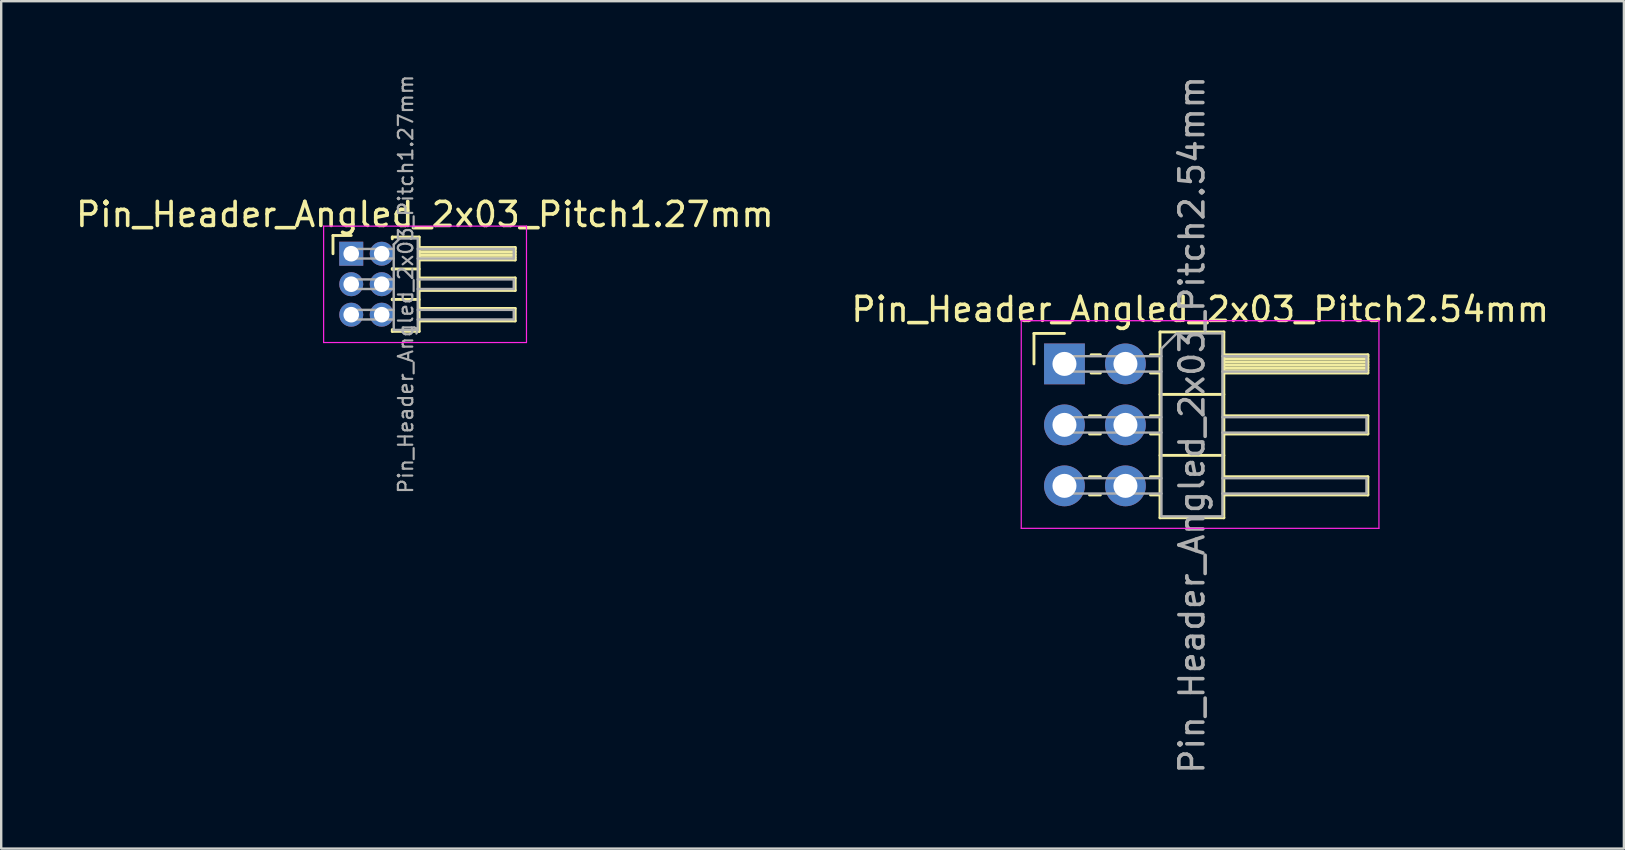
<source format=kicad_pcb>
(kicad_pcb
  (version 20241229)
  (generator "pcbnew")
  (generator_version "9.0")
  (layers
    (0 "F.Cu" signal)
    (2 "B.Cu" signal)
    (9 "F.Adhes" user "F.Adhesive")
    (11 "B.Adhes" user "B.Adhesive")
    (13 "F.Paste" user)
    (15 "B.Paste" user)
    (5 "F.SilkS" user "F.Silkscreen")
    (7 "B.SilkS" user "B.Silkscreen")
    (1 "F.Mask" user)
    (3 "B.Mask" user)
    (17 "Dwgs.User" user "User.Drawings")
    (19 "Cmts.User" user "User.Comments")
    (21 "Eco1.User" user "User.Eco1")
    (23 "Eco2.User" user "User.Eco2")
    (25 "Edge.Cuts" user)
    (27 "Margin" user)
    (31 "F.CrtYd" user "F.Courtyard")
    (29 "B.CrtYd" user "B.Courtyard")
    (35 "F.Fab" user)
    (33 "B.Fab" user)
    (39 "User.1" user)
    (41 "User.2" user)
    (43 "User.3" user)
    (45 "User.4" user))
  (footprint "Pin_Header_Angled_2x03_Pitch2.54mm"
    (layer "F.Cu")
    (at 41.291 12.109)
    (property "Reference" "Pin_Header_Angled_2x03_Pitch2.54mm" (at 5.655 -2.27 0) (layer "F.SilkS") (effects (font (size 1 1) (thickness 0.15))))
    (attr through_hole)
    (fp_line (start -1.27 -1.27) (end 0 -1.27) (stroke (width 0.12) (type solid)) (layer "F.SilkS"))
    (fp_line (start -1.27 0) (end -1.27 -1.27) (stroke (width 0.12) (type solid)) (layer "F.SilkS"))
    (fp_line (start 1.043 2.16) (end 1.497 2.16) (stroke (width 0.12) (type solid)) (layer "F.SilkS"))
    (fp_line (start 1.043 2.92) (end 1.497 2.92) (stroke (width 0.12) (type solid)) (layer "F.SilkS"))
    (fp_line (start 1.043 4.7) (end 1.497 4.7) (stroke (width 0.12) (type solid)) (layer "F.SilkS"))
    (fp_line (start 1.043 5.46) (end 1.497 5.46) (stroke (width 0.12) (type solid)) (layer "F.SilkS"))
    (fp_line (start 1.11 -0.38) (end 1.497 -0.38) (stroke (width 0.12) (type solid)) (layer "F.SilkS"))
    (fp_line (start 1.11 0.38) (end 1.497 0.38) (stroke (width 0.12) (type solid)) (layer "F.SilkS"))
    (fp_line (start 3.583 -0.38) (end 3.98 -0.38) (stroke (width 0.12) (type solid)) (layer "F.SilkS"))
    (fp_line (start 3.583 0.38) (end 3.98 0.38) (stroke (width 0.12) (type solid)) (layer "F.SilkS"))
    (fp_line (start 3.583 2.16) (end 3.98 2.16) (stroke (width 0.12) (type solid)) (layer "F.SilkS"))
    (fp_line (start 3.583 2.92) (end 3.98 2.92) (stroke (width 0.12) (type solid)) (layer "F.SilkS"))
    (fp_line (start 3.583 4.7) (end 3.98 4.7) (stroke (width 0.12) (type solid)) (layer "F.SilkS"))
    (fp_line (start 3.583 5.46) (end 3.98 5.46) (stroke (width 0.12) (type solid)) (layer "F.SilkS"))
    (fp_line (start 3.98 -1.33) (end 3.98 6.41) (stroke (width 0.12) (type solid)) (layer "F.SilkS"))
    (fp_line (start 3.98 1.27) (end 6.64 1.27) (stroke (width 0.12) (type solid)) (layer "F.SilkS"))
    (fp_line (start 3.98 3.81) (end 6.64 3.81) (stroke (width 0.12) (type solid)) (layer "F.SilkS"))
    (fp_line (start 3.98 6.41) (end 6.64 6.41) (stroke (width 0.12) (type solid)) (layer "F.SilkS"))
    (fp_line (start 6.64 -1.33) (end 3.98 -1.33) (stroke (width 0.12) (type solid)) (layer "F.SilkS"))
    (fp_line (start 6.64 -0.38) (end 12.64 -0.38) (stroke (width 0.12) (type solid)) (layer "F.SilkS"))
    (fp_line (start 6.64 -0.32) (end 12.64 -0.32) (stroke (width 0.12) (type solid)) (layer "F.SilkS"))
    (fp_line (start 6.64 -0.2) (end 12.64 -0.2) (stroke (width 0.12) (type solid)) (layer "F.SilkS"))
    (fp_line (start 6.64 -0.08) (end 12.64 -0.08) (stroke (width 0.12) (type solid)) (layer "F.SilkS"))
    (fp_line (start 6.64 0.04) (end 12.64 0.04) (stroke (width 0.12) (type solid)) (layer "F.SilkS"))
    (fp_line (start 6.64 0.16) (end 12.64 0.16) (stroke (width 0.12) (type solid)) (layer "F.SilkS"))
    (fp_line (start 6.64 0.28) (end 12.64 0.28) (stroke (width 0.12) (type solid)) (layer "F.SilkS"))
    (fp_line (start 6.64 2.16) (end 12.64 2.16) (stroke (width 0.12) (type solid)) (layer "F.SilkS"))
    (fp_line (start 6.64 4.7) (end 12.64 4.7) (stroke (width 0.12) (type solid)) (layer "F.SilkS"))
    (fp_line (start 6.64 6.41) (end 6.64 -1.33) (stroke (width 0.12) (type solid)) (layer "F.SilkS"))
    (fp_line (start 12.64 -0.38) (end 12.64 0.38) (stroke (width 0.12) (type solid)) (layer "F.SilkS"))
    (fp_line (start 12.64 0.38) (end 6.64 0.38) (stroke (width 0.12) (type solid)) (layer "F.SilkS"))
    (fp_line (start 12.64 2.16) (end 12.64 2.92) (stroke (width 0.12) (type solid)) (layer "F.SilkS"))
    (fp_line (start 12.64 2.92) (end 6.64 2.92) (stroke (width 0.12) (type solid)) (layer "F.SilkS"))
    (fp_line (start 12.64 4.7) (end 12.64 5.46) (stroke (width 0.12) (type solid)) (layer "F.SilkS"))
    (fp_line (start 12.64 5.46) (end 6.64 5.46) (stroke (width 0.12) (type solid)) (layer "F.SilkS"))
    (fp_line (start -1.8 -1.8) (end -1.8 6.85) (stroke (width 0.05) (type solid)) (layer "F.CrtYd"))
    (fp_line (start -1.8 6.85) (end 13.1 6.85) (stroke (width 0.05) (type solid)) (layer "F.CrtYd"))
    (fp_line (start 13.1 -1.8) (end -1.8 -1.8) (stroke (width 0.05) (type solid)) (layer "F.CrtYd"))
    (fp_line (start 13.1 6.85) (end 13.1 -1.8) (stroke (width 0.05) (type solid)) (layer "F.CrtYd"))
    (fp_line (start -0.32 -0.32) (end -0.32 0.32) (stroke (width 0.1) (type solid)) (layer "F.Fab"))
    (fp_line (start -0.32 -0.32) (end 4.04 -0.32) (stroke (width 0.1) (type solid)) (layer "F.Fab"))
    (fp_line (start -0.32 0.32) (end 4.04 0.32) (stroke (width 0.1) (type solid)) (layer "F.Fab"))
    (fp_line (start -0.32 2.22) (end -0.32 2.86) (stroke (width 0.1) (type solid)) (layer "F.Fab"))
    (fp_line (start -0.32 2.22) (end 4.04 2.22) (stroke (width 0.1) (type solid)) (layer "F.Fab"))
    (fp_line (start -0.32 2.86) (end 4.04 2.86) (stroke (width 0.1) (type solid)) (layer "F.Fab"))
    (fp_line (start -0.32 4.76) (end -0.32 5.4) (stroke (width 0.1) (type solid)) (layer "F.Fab"))
    (fp_line (start -0.32 4.76) (end 4.04 4.76) (stroke (width 0.1) (type solid)) (layer "F.Fab"))
    (fp_line (start -0.32 5.4) (end 4.04 5.4) (stroke (width 0.1) (type solid)) (layer "F.Fab"))
    (fp_line (start 4.04 -0.635) (end 4.675 -1.27) (stroke (width 0.1) (type solid)) (layer "F.Fab"))
    (fp_line (start 4.04 6.35) (end 4.04 -0.635) (stroke (width 0.1) (type solid)) (layer "F.Fab"))
    (fp_line (start 4.675 -1.27) (end 6.58 -1.27) (stroke (width 0.1) (type solid)) (layer "F.Fab"))
    (fp_line (start 6.58 -1.27) (end 6.58 6.35) (stroke (width 0.1) (type solid)) (layer "F.Fab"))
    (fp_line (start 6.58 -0.32) (end 12.58 -0.32) (stroke (width 0.1) (type solid)) (layer "F.Fab"))
    (fp_line (start 6.58 0.32) (end 12.58 0.32) (stroke (width 0.1) (type solid)) (layer "F.Fab"))
    (fp_line (start 6.58 2.22) (end 12.58 2.22) (stroke (width 0.1) (type solid)) (layer "F.Fab"))
    (fp_line (start 6.58 2.86) (end 12.58 2.86) (stroke (width 0.1) (type solid)) (layer "F.Fab"))
    (fp_line (start 6.58 4.76) (end 12.58 4.76) (stroke (width 0.1) (type solid)) (layer "F.Fab"))
    (fp_line (start 6.58 5.4) (end 12.58 5.4) (stroke (width 0.1) (type solid)) (layer "F.Fab"))
    (fp_line (start 6.58 6.35) (end 4.04 6.35) (stroke (width 0.1) (type solid)) (layer "F.Fab"))
    (fp_line (start 12.58 -0.32) (end 12.58 0.32) (stroke (width 0.1) (type solid)) (layer "F.Fab"))
    (fp_line (start 12.58 2.22) (end 12.58 2.86) (stroke (width 0.1) (type solid)) (layer "F.Fab"))
    (fp_line (start 12.58 4.76) (end 12.58 5.4) (stroke (width 0.1) (type solid)) (layer "F.Fab"))
    (fp_text user "${REFERENCE}" (at 5.31 2.54 90) (layer "F.Fab") (effects (font (size 1 1) (thickness 0.15))))
    (pad "1" thru_hole rect (at 0 0) (size 1.7 1.7) (drill 1) (layers "*.Cu" "*.Mask"))
    (pad "2" thru_hole oval (at 2.54 0) (size 1.7 1.7) (drill 1) (layers "*.Cu" "*.Mask"))
    (pad "3" thru_hole oval (at 0 2.54) (size 1.7 1.7) (drill 1) (layers "*.Cu" "*.Mask"))
    (pad "4" thru_hole oval (at 2.54 2.54) (size 1.7 1.7) (drill 1) (layers "*.Cu" "*.Mask"))
    (pad "5" thru_hole oval (at 0 5.08) (size 1.7 1.7) (drill 1) (layers "*.Cu" "*.Mask"))
    (pad "6" thru_hole oval (at 2.54 5.08) (size 1.7 1.7) (drill 1) (layers "*.Cu" "*.Mask")))
  (footprint "Pin_Header_Angled_2x03_Pitch1.27mm"
    (layer "F.Cu")
    (at 11.581 7.519)
    (property "Reference" "Pin_Header_Angled_2x03_Pitch1.27mm" (at 3.067 -1.635 0) (layer "F.SilkS") (effects (font (size 1 1) (thickness 0.15))))
    (attr through_hole)
    (fp_line (start -0.76 -0.76) (end 0 -0.76) (stroke (width 0.12) (type solid)) (layer "F.SilkS"))
    (fp_line (start -0.76 0) (end -0.76 -0.76) (stroke (width 0.12) (type solid)) (layer "F.SilkS"))
    (fp_line (start 1.71 -0.695) (end 2.83 -0.695) (stroke (width 0.12) (type solid)) (layer "F.SilkS"))
    (fp_line (start 1.71 -0.62) (end 1.71 -0.695) (stroke (width 0.12) (type solid)) (layer "F.SilkS"))
    (fp_line (start 1.71 0.62) (end 1.71 0.65) (stroke (width 0.12) (type solid)) (layer "F.SilkS"))
    (fp_line (start 1.71 0.635) (end 2.83 0.635) (stroke (width 0.12) (type solid)) (layer "F.SilkS"))
    (fp_line (start 1.71 1.89) (end 1.71 1.92) (stroke (width 0.12) (type solid)) (layer "F.SilkS"))
    (fp_line (start 1.71 1.905) (end 2.83 1.905) (stroke (width 0.12) (type solid)) (layer "F.SilkS"))
    (fp_line (start 1.71 3.235) (end 1.71 3.16) (stroke (width 0.12) (type solid)) (layer "F.SilkS"))
    (fp_line (start 2.83 -0.695) (end 2.83 3.235) (stroke (width 0.12) (type solid)) (layer "F.SilkS"))
    (fp_line (start 2.83 -0.26) (end 6.83 -0.26) (stroke (width 0.12) (type solid)) (layer "F.SilkS"))
    (fp_line (start 2.83 -0.2) (end 6.83 -0.2) (stroke (width 0.12) (type solid)) (layer "F.SilkS"))
    (fp_line (start 2.83 -0.08) (end 6.83 -0.08) (stroke (width 0.12) (type solid)) (layer "F.SilkS"))
    (fp_line (start 2.83 0.04) (end 6.83 0.04) (stroke (width 0.12) (type solid)) (layer "F.SilkS"))
    (fp_line (start 2.83 0.16) (end 6.83 0.16) (stroke (width 0.12) (type solid)) (layer "F.SilkS"))
    (fp_line (start 2.83 1.01) (end 6.83 1.01) (stroke (width 0.12) (type solid)) (layer "F.SilkS"))
    (fp_line (start 2.83 2.28) (end 6.83 2.28) (stroke (width 0.12) (type solid)) (layer "F.SilkS"))
    (fp_line (start 2.83 3.235) (end 1.71 3.235) (stroke (width 0.12) (type solid)) (layer "F.SilkS"))
    (fp_line (start 6.83 -0.26) (end 6.83 0.26) (stroke (width 0.12) (type solid)) (layer "F.SilkS"))
    (fp_line (start 6.83 0.26) (end 2.83 0.26) (stroke (width 0.12) (type solid)) (layer "F.SilkS"))
    (fp_line (start 6.83 1.01) (end 6.83 1.53) (stroke (width 0.12) (type solid)) (layer "F.SilkS"))
    (fp_line (start 6.83 1.53) (end 2.83 1.53) (stroke (width 0.12) (type solid)) (layer "F.SilkS"))
    (fp_line (start 6.83 2.28) (end 6.83 2.8) (stroke (width 0.12) (type solid)) (layer "F.SilkS"))
    (fp_line (start 6.83 2.8) (end 2.83 2.8) (stroke (width 0.12) (type solid)) (layer "F.SilkS"))
    (fp_line (start -1.15 -1.15) (end -1.15 3.7) (stroke (width 0.05) (type solid)) (layer "F.CrtYd"))
    (fp_line (start -1.15 3.7) (end 7.3 3.7) (stroke (width 0.05) (type solid)) (layer "F.CrtYd"))
    (fp_line (start 7.3 -1.15) (end -1.15 -1.15) (stroke (width 0.05) (type solid)) (layer "F.CrtYd"))
    (fp_line (start 7.3 3.7) (end 7.3 -1.15) (stroke (width 0.05) (type solid)) (layer "F.CrtYd"))
    (fp_line (start -0.2 -0.2) (end -0.2 0.2) (stroke (width 0.1) (type solid)) (layer "F.Fab"))
    (fp_line (start -0.2 -0.2) (end 1.77 -0.2) (stroke (width 0.1) (type solid)) (layer "F.Fab"))
    (fp_line (start -0.2 0.2) (end 1.77 0.2) (stroke (width 0.1) (type solid)) (layer "F.Fab"))
    (fp_line (start -0.2 1.07) (end -0.2 1.47) (stroke (width 0.1) (type solid)) (layer "F.Fab"))
    (fp_line (start -0.2 1.07) (end 1.77 1.07) (stroke (width 0.1) (type solid)) (layer "F.Fab"))
    (fp_line (start -0.2 1.47) (end 1.77 1.47) (stroke (width 0.1) (type solid)) (layer "F.Fab"))
    (fp_line (start -0.2 2.34) (end -0.2 2.74) (stroke (width 0.1) (type solid)) (layer "F.Fab"))
    (fp_line (start -0.2 2.34) (end 1.77 2.34) (stroke (width 0.1) (type solid)) (layer "F.Fab"))
    (fp_line (start -0.2 2.74) (end 1.77 2.74) (stroke (width 0.1) (type solid)) (layer "F.Fab"))
    (fp_line (start 1.77 -0.385) (end 2.02 -0.635) (stroke (width 0.1) (type solid)) (layer "F.Fab"))
    (fp_line (start 1.77 3.175) (end 1.77 -0.385) (stroke (width 0.1) (type solid)) (layer "F.Fab"))
    (fp_line (start 2.02 -0.635) (end 2.77 -0.635) (stroke (width 0.1) (type solid)) (layer "F.Fab"))
    (fp_line (start 2.77 -0.635) (end 2.77 3.175) (stroke (width 0.1) (type solid)) (layer "F.Fab"))
    (fp_line (start 2.77 -0.2) (end 6.77 -0.2) (stroke (width 0.1) (type solid)) (layer "F.Fab"))
    (fp_line (start 2.77 0.2) (end 6.77 0.2) (stroke (width 0.1) (type solid)) (layer "F.Fab"))
    (fp_line (start 2.77 1.07) (end 6.77 1.07) (stroke (width 0.1) (type solid)) (layer "F.Fab"))
    (fp_line (start 2.77 1.47) (end 6.77 1.47) (stroke (width 0.1) (type solid)) (layer "F.Fab"))
    (fp_line (start 2.77 2.34) (end 6.77 2.34) (stroke (width 0.1) (type solid)) (layer "F.Fab"))
    (fp_line (start 2.77 2.74) (end 6.77 2.74) (stroke (width 0.1) (type solid)) (layer "F.Fab"))
    (fp_line (start 2.77 3.175) (end 1.77 3.175) (stroke (width 0.1) (type solid)) (layer "F.Fab"))
    (fp_line (start 6.77 -0.2) (end 6.77 0.2) (stroke (width 0.1) (type solid)) (layer "F.Fab"))
    (fp_line (start 6.77 1.07) (end 6.77 1.47) (stroke (width 0.1) (type solid)) (layer "F.Fab"))
    (fp_line (start 6.77 2.34) (end 6.77 2.74) (stroke (width 0.1) (type solid)) (layer "F.Fab"))
    (fp_text user "${REFERENCE}" (at 2.27 1.27 90) (layer "F.Fab") (effects (font (size 0.6 0.6) (thickness 0.09))))
    (pad "1" thru_hole rect (at 0 0) (size 1 1) (drill 0.65) (layers "*.Cu" "*.Mask"))
    (pad "2" thru_hole oval (at 1.27 0) (size 1 1) (drill 0.65) (layers "*.Cu" "*.Mask"))
    (pad "3" thru_hole oval (at 0 1.27) (size 1 1) (drill 0.65) (layers "*.Cu" "*.Mask"))
    (pad "4" thru_hole oval (at 1.27 1.27) (size 1 1) (drill 0.65) (layers "*.Cu" "*.Mask"))
    (pad "5" thru_hole oval (at 0 2.54) (size 1 1) (drill 0.65) (layers "*.Cu" "*.Mask"))
    (pad "6" thru_hole oval (at 1.27 2.54) (size 1 1) (drill 0.65) (layers "*.Cu" "*.Mask")))
  (gr_rect
    (start -3 -3)
    (end 64.595 32.298)
    (stroke (width 0.1) (type default))
    (fill no)
    (layer "Edge.Cuts")))
</source>
